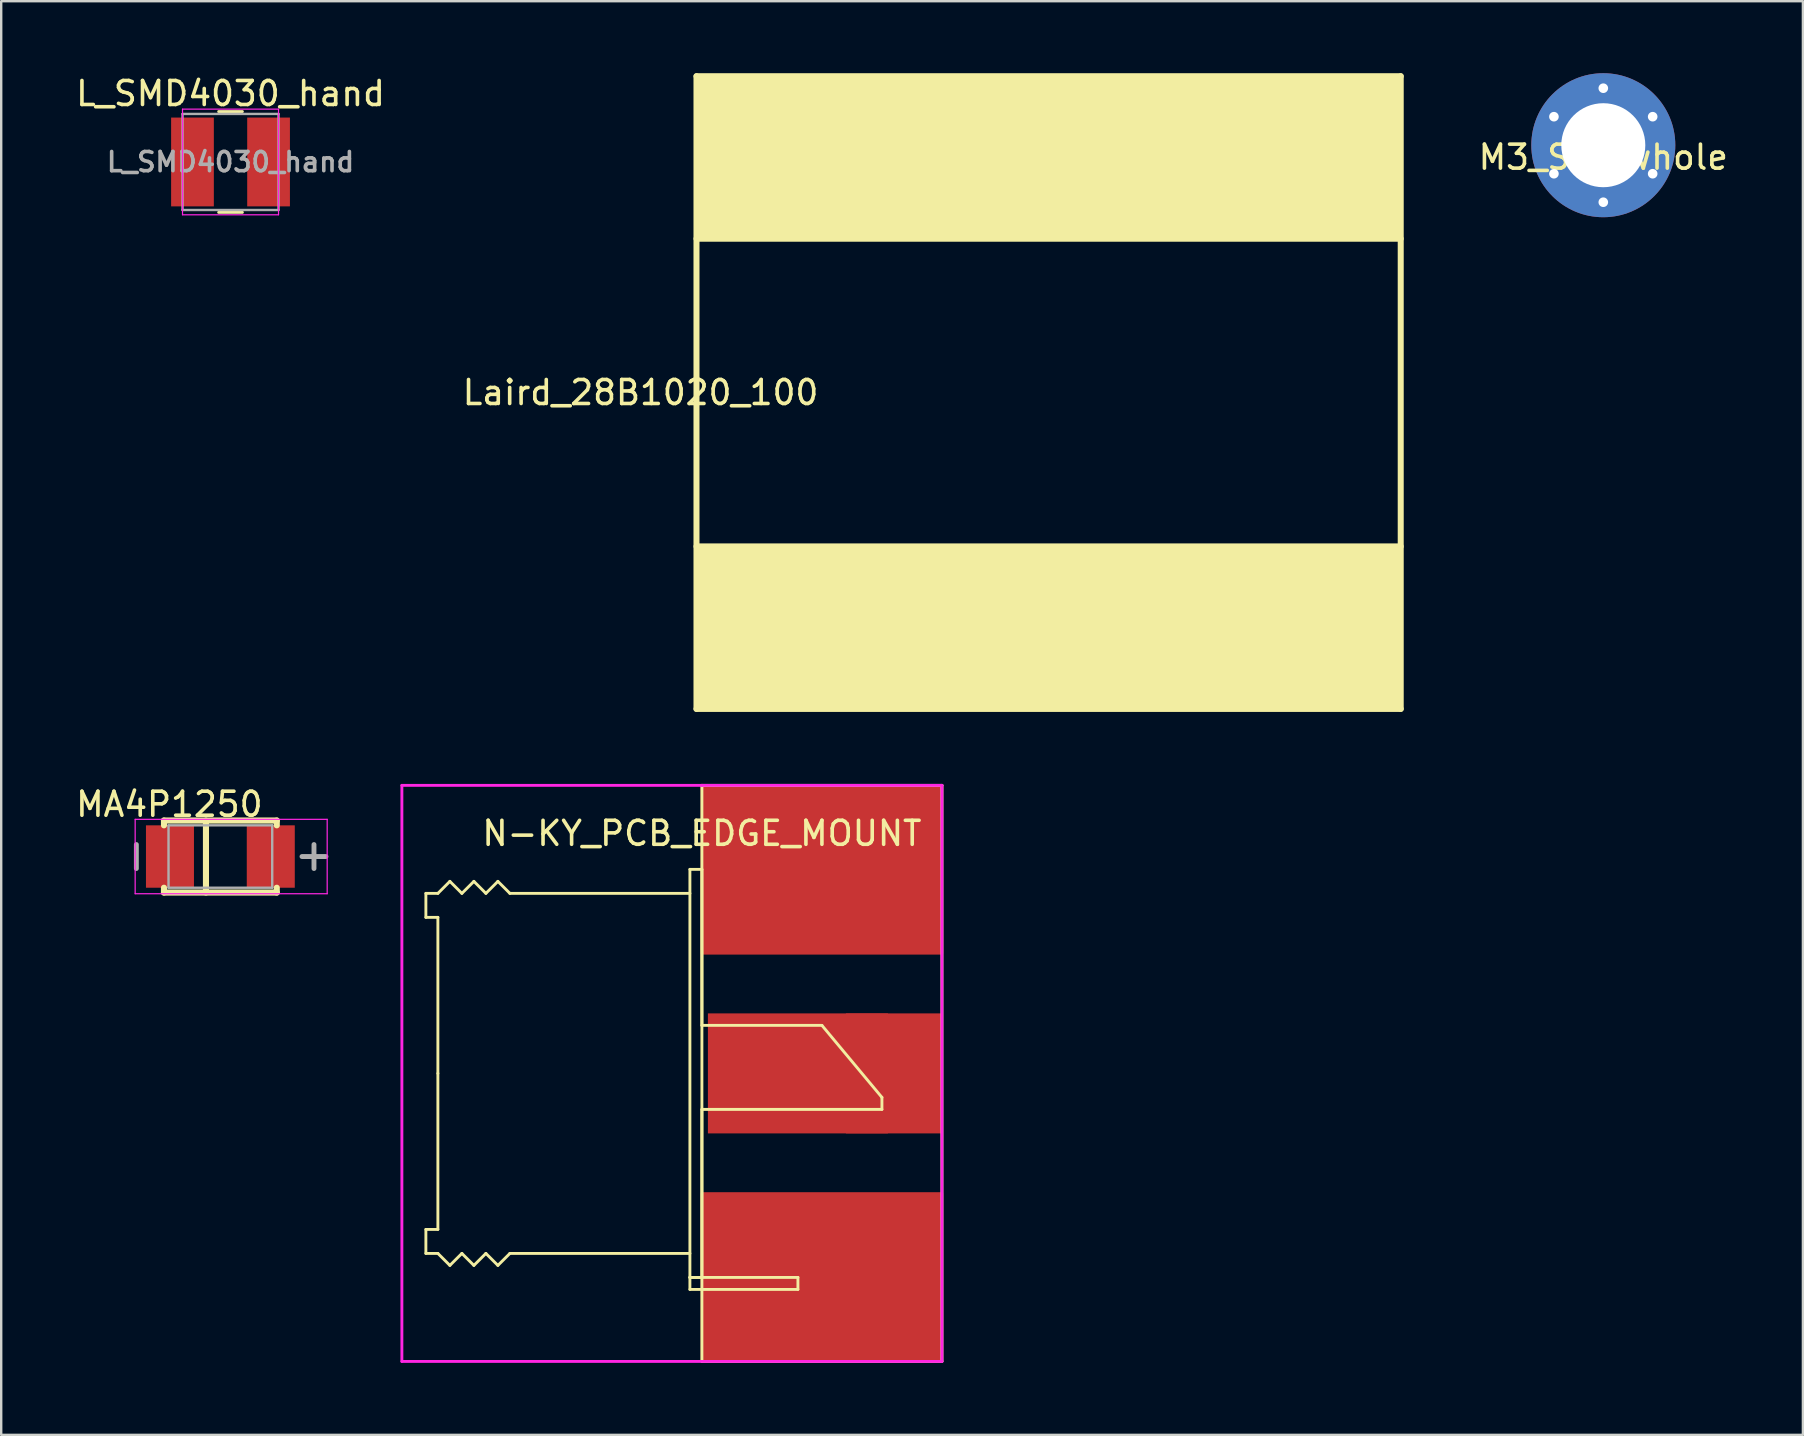
<source format=kicad_pcb>
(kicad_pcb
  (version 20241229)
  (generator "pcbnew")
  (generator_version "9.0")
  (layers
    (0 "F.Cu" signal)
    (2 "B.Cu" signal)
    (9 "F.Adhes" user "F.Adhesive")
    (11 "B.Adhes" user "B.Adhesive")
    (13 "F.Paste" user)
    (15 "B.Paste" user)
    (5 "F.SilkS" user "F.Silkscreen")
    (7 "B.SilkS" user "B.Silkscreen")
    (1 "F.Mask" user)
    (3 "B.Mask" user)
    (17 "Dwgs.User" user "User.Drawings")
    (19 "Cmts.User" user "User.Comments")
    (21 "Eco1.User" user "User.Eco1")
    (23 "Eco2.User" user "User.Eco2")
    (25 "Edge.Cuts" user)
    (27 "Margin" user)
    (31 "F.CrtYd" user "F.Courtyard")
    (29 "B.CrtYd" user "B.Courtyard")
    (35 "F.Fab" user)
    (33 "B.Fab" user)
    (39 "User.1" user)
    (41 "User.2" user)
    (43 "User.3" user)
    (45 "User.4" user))
  (footprint "M3_Screwhole"
    (layer "F.Cu")
    (at 63.747 3)
    (property "Reference" "M3_Screwhole" (at 0 0.5 0) (layer "F.SilkS") (effects (font (size 1 1) (thickness 0.15))))
    (attr through_hole)
    (pad "1" thru_hole circle (at -2.057 -1.188 60) (size 0.8 0.8) (drill 0.4) (layers "*.Cu" "*.Mask"))
    (pad "1" thru_hole circle (at -2.057 1.188 120) (size 0.8 0.8) (drill 0.4) (layers "*.Cu" "*.Mask"))
    (pad "1" thru_hole circle (at 0 -2.375) (size 0.8 0.8) (drill 0.4) (layers "*.Cu" "*.Mask"))
    (pad "1" thru_hole circle (at 0 0) (size 6 6) (drill 3.5) (layers "*.Cu" "*.Mask"))
    (pad "1" thru_hole circle (at 0 2.375 180) (size 0.8 0.8) (drill 0.4) (layers "*.Cu" "*.Mask"))
    (pad "1" thru_hole circle (at 2.057 -1.188 300) (size 0.8 0.8) (drill 0.4) (layers "*.Cu" "*.Mask"))
    (pad "1" thru_hole circle (at 2.057 1.188 240) (size 0.8 0.8) (drill 0.4) (layers "*.Cu" "*.Mask")))
  (footprint "Laird_28B1020_100"
    (layer "F.Cu")
    (at 40.637 13.305)
    (property "Reference" "Laird_28B1020_100" (at -17 0 0) (layer "F.SilkS") (effects (font (size 1 1) (thickness 0.15))))
    (attr through_hole)
    (fp_line (start -14.67 -13.18) (end 14.67 -13.18) (stroke (width 0.25) (type solid)) (layer "F.SilkS"))
    (fp_line (start -14.67 -6.41) (end 14.67 -6.41) (stroke (width 0.25) (type solid)) (layer "F.SilkS"))
    (fp_line (start -14.67 6.41) (end 14.67 6.41) (stroke (width 0.25) (type solid)) (layer "F.SilkS"))
    (fp_line (start -14.67 13.18) (end -14.67 -13.18) (stroke (width 0.25) (type solid)) (layer "F.SilkS"))
    (fp_line (start -14.67 13.18) (end 14.67 13.18) (stroke (width 0.25) (type solid)) (layer "F.SilkS"))
    (fp_line (start 14.67 13.18) (end 14.67 -13.18) (stroke (width 0.25) (type solid)) (layer "F.SilkS"))
    (fp_poly (pts (xy -14.67 -6.41) (xy -14.67 -13.18) (xy 14.67 -13.18) (xy 14.67 -6.41)) (stroke (width 0.1) (type solid)) (fill yes) (layer "F.SilkS"))
    (fp_poly (pts (xy -14.67 13.18) (xy -14.67 6.41) (xy 14.67 6.41) (xy 14.67 13.18)) (stroke (width 0.1) (type solid)) (fill yes) (layer "F.SilkS")))
  (footprint "MA4P1250"
    (layer "F.Cu")
    (at 6.131 32.635)
    (property "Reference" "MA4P1250" (at -2.125 -2.176 0) (layer "F.SilkS") (effects (font (size 1 1) (thickness 0.15))))
    (attr through_hole)
    (fp_line (start -2.35 -1.5) (end 2.35 -1.5) (stroke (width 0.254) (type solid)) (layer "F.SilkS"))
    (fp_line (start -2.35 -1.3) (end -2.35 -1.5) (stroke (width 0.254) (type solid)) (layer "F.SilkS"))
    (fp_line (start -2.35 1.5) (end -2.35 1.3) (stroke (width 0.254) (type solid)) (layer "F.SilkS"))
    (fp_line (start -2.35 1.5) (end 2.35 1.5) (stroke (width 0.254) (type solid)) (layer "F.SilkS"))
    (fp_line (start -0.6 1.5) (end -0.6 -1.5) (stroke (width 0.254) (type solid)) (layer "F.SilkS"))
    (fp_line (start 2.35 -1.3) (end 2.35 -1.5) (stroke (width 0.254) (type solid)) (layer "F.SilkS"))
    (fp_line (start 2.35 1.5) (end 2.35 1.3) (stroke (width 0.254) (type solid)) (layer "F.SilkS"))
    (fp_line (start -3.55 -1.55) (end 4.45 -1.55) (stroke (width 0.05) (type solid)) (layer "F.CrtYd"))
    (fp_line (start -3.55 1.55) (end -3.55 -1.55) (stroke (width 0.05) (type solid)) (layer "F.CrtYd"))
    (fp_line (start 4.45 -1.55) (end 4.45 1.55) (stroke (width 0.05) (type solid)) (layer "F.CrtYd"))
    (fp_line (start 4.45 1.55) (end -3.55 1.55) (stroke (width 0.05) (type solid)) (layer "F.CrtYd"))
    (fp_line (start -3.5 0.5) (end -3.5 -0.5) (stroke (width 0.203) (type solid)) (layer "F.Fab"))
    (fp_line (start -2.16 -1.3) (end 2.16 -1.3) (stroke (width 0.1) (type solid)) (layer "F.Fab"))
    (fp_line (start -2.16 1.3) (end -2.16 -1.3) (stroke (width 0.1) (type solid)) (layer "F.Fab"))
    (fp_line (start -2.16 1.3) (end 2.16 1.3) (stroke (width 0.1) (type solid)) (layer "F.Fab"))
    (fp_line (start 2.16 1.3) (end 2.16 -1.3) (stroke (width 0.1) (type solid)) (layer "F.Fab"))
    (fp_line (start 3.4 0) (end 4.4 0) (stroke (width 0.203) (type solid)) (layer "F.Fab"))
    (fp_line (start 3.9 0.5) (end 3.9 -0.5) (stroke (width 0.203) (type solid)) (layer "F.Fab"))
    (pad "1" smd rect (at 2.1 0) (size 2 2.6) (layers "F.Cu" "F.Mask" "F.Paste"))
    (pad "2" smd rect (at -2.1 0) (size 2 2.6) (layers "F.Cu" "F.Mask" "F.Paste")))
  (footprint "L_SMD4030_hand"
    (layer "F.Cu")
    (at 6.554 3.698)
    (property "Reference" "L_SMD4030_hand" (at 0 -2.85 0) (layer "F.SilkS") (effects (font (size 1 1) (thickness 0.15))))
    (attr smd)
    (fp_line (start -0.495 -2.1) (end 0.495 -2.1) (stroke (width 0.12) (type solid)) (layer "F.SilkS"))
    (fp_line (start -0.495 2.1) (end 0.495 2.1) (stroke (width 0.12) (type solid)) (layer "F.SilkS"))
    (fp_line (start -2 -2.2) (end -2 2.2) (stroke (width 0.05) (type solid)) (layer "F.CrtYd"))
    (fp_line (start -2 2.2) (end 2 2.2) (stroke (width 0.05) (type solid)) (layer "F.CrtYd"))
    (fp_line (start 2 -2.2) (end -2 -2.2) (stroke (width 0.05) (type solid)) (layer "F.CrtYd"))
    (fp_line (start 2 2.2) (end 2 -2.2) (stroke (width 0.05) (type solid)) (layer "F.CrtYd"))
    (fp_line (start -2 -2) (end -2 2) (stroke (width 0.1) (type solid)) (layer "F.Fab"))
    (fp_line (start -2 2) (end 2 2) (stroke (width 0.1) (type solid)) (layer "F.Fab"))
    (fp_line (start 2 -2) (end -2 -2) (stroke (width 0.1) (type solid)) (layer "F.Fab"))
    (fp_line (start 2 2) (end 2 -2) (stroke (width 0.1) (type solid)) (layer "F.Fab"))
    (fp_text user "${REFERENCE}" (at 0 0 0) (layer "F.Fab") (effects (font (size 0.8 0.8) (thickness 0.15))))
    (pad "1" smd rect (at -1.585 0) (size 1.78 3.7) (layers "F.Cu" "F.Mask" "F.Paste"))
    (pad "2" smd rect (at 1.585 0) (size 1.78 3.7) (layers "F.Cu" "F.Mask" "F.Paste")))
  (footprint "N-KY_PCB_EDGE_MOUNT"
    (layer "F.Cu")
    (at 26.193 41.67)
    (property "Reference" "N-KY_PCB_EDGE_MOUNT" (at 0 -10 0) (layer "F.SilkS") (effects (font (size 1 1) (thickness 0.15))))
    (attr through_hole)
    (fp_poly (pts (xy 0 -5) (xy 0 -12) (xy 10 -12) (xy 10 -5)) (stroke (width 0.1) (type solid)) (fill yes) (layer "F.Cu"))
    (fp_poly (pts (xy 0 12) (xy 0 5) (xy 10 5) (xy 10 12)) (stroke (width 0.1) (type solid)) (fill yes) (layer "F.Cu"))
    (fp_poly (pts (xy 6 -2.5) (xy 10 -2.5) (xy 10 2.5) (xy 6 2.5)) (stroke (width 0) (type solid)) (fill yes) (layer "F.Cu"))
    (fp_line (start -11.5 -7.5) (end -11.5 -6.5) (stroke (width 0.12) (type solid)) (layer "F.SilkS"))
    (fp_line (start -11.5 -6.5) (end -11 -6.5) (stroke (width 0.12) (type solid)) (layer "F.SilkS"))
    (fp_line (start -11.5 6.5) (end -11 6.5) (stroke (width 0.12) (type solid)) (layer "F.SilkS"))
    (fp_line (start -11.5 7.5) (end -11.5 6.5) (stroke (width 0.12) (type solid)) (layer "F.SilkS"))
    (fp_line (start -11 -7.5) (end -11.5 -7.5) (stroke (width 0.12) (type solid)) (layer "F.SilkS"))
    (fp_line (start -11 -6.5) (end -11 0) (stroke (width 0.12) (type solid)) (layer "F.SilkS"))
    (fp_line (start -11 6.5) (end -11 0) (stroke (width 0.12) (type solid)) (layer "F.SilkS"))
    (fp_line (start -11 7.5) (end -11.5 7.5) (stroke (width 0.12) (type solid)) (layer "F.SilkS"))
    (fp_line (start -10.5 -8) (end -11 -7.5) (stroke (width 0.12) (type solid)) (layer "F.SilkS"))
    (fp_line (start -10.5 8) (end -11 7.5) (stroke (width 0.12) (type solid)) (layer "F.SilkS"))
    (fp_line (start -10 -7.5) (end -10.5 -8) (stroke (width 0.12) (type solid)) (layer "F.SilkS"))
    (fp_line (start -10 7.5) (end -10.5 8) (stroke (width 0.12) (type solid)) (layer "F.SilkS"))
    (fp_line (start -9.5 -8) (end -10 -7.5) (stroke (width 0.12) (type solid)) (layer "F.SilkS"))
    (fp_line (start -9.5 8) (end -10 7.5) (stroke (width 0.12) (type solid)) (layer "F.SilkS"))
    (fp_line (start -9 -7.5) (end -9.5 -8) (stroke (width 0.12) (type solid)) (layer "F.SilkS"))
    (fp_line (start -9 7.5) (end -9.5 8) (stroke (width 0.12) (type solid)) (layer "F.SilkS"))
    (fp_line (start -8.5 -8) (end -9 -7.5) (stroke (width 0.12) (type solid)) (layer "F.SilkS"))
    (fp_line (start -8.5 8) (end -9 7.5) (stroke (width 0.12) (type solid)) (layer "F.SilkS"))
    (fp_line (start -8 -7.5) (end -8.5 -8) (stroke (width 0.12) (type solid)) (layer "F.SilkS"))
    (fp_line (start -8 7.5) (end -8.5 8) (stroke (width 0.12) (type solid)) (layer "F.SilkS"))
    (fp_line (start -0.5 -8.5) (end -0.5 8.5) (stroke (width 0.12) (type solid)) (layer "F.SilkS"))
    (fp_line (start -0.5 -7.5) (end -8 -7.5) (stroke (width 0.12) (type solid)) (layer "F.SilkS"))
    (fp_line (start -0.5 7.5) (end -8 7.5) (stroke (width 0.12) (type solid)) (layer "F.SilkS"))
    (fp_line (start -0.5 8.5) (end 0 8.5) (stroke (width 0.12) (type solid)) (layer "F.SilkS"))
    (fp_line (start -0.5 8.5) (end 4 8.5) (stroke (width 0.12) (type solid)) (layer "F.SilkS"))
    (fp_line (start -0.5 9) (end -0.5 8.5) (stroke (width 0.12) (type solid)) (layer "F.SilkS"))
    (fp_line (start 0 -12) (end 0 12) (stroke (width 0.12) (type solid)) (layer "F.SilkS"))
    (fp_line (start 0 -8.5) (end -0.5 -8.5) (stroke (width 0.12) (type solid)) (layer "F.SilkS"))
    (fp_line (start 0 -2) (end 0 -8.5) (stroke (width 0.12) (type solid)) (layer "F.SilkS"))
    (fp_line (start 0 1.5) (end 7.5 1.5) (stroke (width 0.12) (type solid)) (layer "F.SilkS"))
    (fp_line (start 0 8.5) (end 0 1.5) (stroke (width 0.12) (type solid)) (layer "F.SilkS"))
    (fp_line (start 0 12) (end 10 12) (stroke (width 0.12) (type solid)) (layer "F.SilkS"))
    (fp_line (start 4 8.5) (end 4 9) (stroke (width 0.12) (type solid)) (layer "F.SilkS"))
    (fp_line (start 4 9) (end -0.5 9) (stroke (width 0.12) (type solid)) (layer "F.SilkS"))
    (fp_line (start 5 -2) (end 0 -2) (stroke (width 0.12) (type solid)) (layer "F.SilkS"))
    (fp_line (start 7.5 1) (end 5 -2) (stroke (width 0.12) (type solid)) (layer "F.SilkS"))
    (fp_line (start 7.5 1.5) (end 7.5 1) (stroke (width 0.12) (type solid)) (layer "F.SilkS"))
    (fp_line (start 10 -12) (end 0 -12) (stroke (width 0.12) (type solid)) (layer "F.SilkS"))
    (fp_line (start 10 12) (end 10 -12) (stroke (width 0.12) (type solid)) (layer "F.SilkS"))
    (fp_line (start -12.5 -12) (end -12.5 12) (stroke (width 0.12) (type solid)) (layer "F.CrtYd"))
    (fp_line (start -12.5 12) (end 10 12) (stroke (width 0.12) (type solid)) (layer "F.CrtYd"))
    (fp_line (start 0 -12) (end -12.5 -12) (stroke (width 0.12) (type solid)) (layer "F.CrtYd"))
    (fp_line (start 10 -12) (end 0 -12) (stroke (width 0.12) (type solid)) (layer "F.CrtYd"))
    (fp_line (start 10 12) (end 10 -12) (stroke (width 0.12) (type solid)) (layer "F.CrtYd"))
    (pad "1" smd rect (at 4 0) (size 7.5 5) (layers "F.Cu" "F.Mask" "F.Paste"))
    (pad "2" smd rect (at 3.75 9.5) (size 7.5 5) (layers "F.Cu" "F.Mask" "F.Paste"))
    (pad "3" smd rect (at 3.75 -9.5) (size 7.5 5) (layers "F.Cu" "F.Mask" "F.Paste")))
  (gr_rect
    (start -3 -3)
    (end 72.063 56.73)
    (stroke (width 0.1) (type default))
    (fill no)
    (layer "Edge.Cuts")))
</source>
